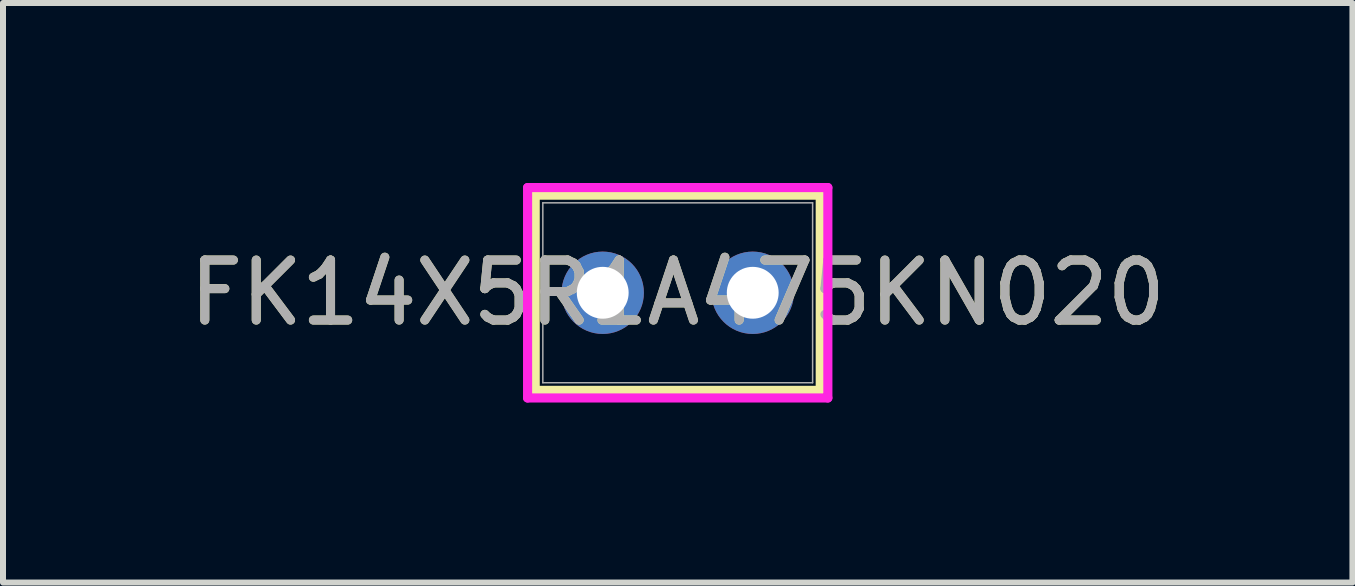
<source format=kicad_pcb>
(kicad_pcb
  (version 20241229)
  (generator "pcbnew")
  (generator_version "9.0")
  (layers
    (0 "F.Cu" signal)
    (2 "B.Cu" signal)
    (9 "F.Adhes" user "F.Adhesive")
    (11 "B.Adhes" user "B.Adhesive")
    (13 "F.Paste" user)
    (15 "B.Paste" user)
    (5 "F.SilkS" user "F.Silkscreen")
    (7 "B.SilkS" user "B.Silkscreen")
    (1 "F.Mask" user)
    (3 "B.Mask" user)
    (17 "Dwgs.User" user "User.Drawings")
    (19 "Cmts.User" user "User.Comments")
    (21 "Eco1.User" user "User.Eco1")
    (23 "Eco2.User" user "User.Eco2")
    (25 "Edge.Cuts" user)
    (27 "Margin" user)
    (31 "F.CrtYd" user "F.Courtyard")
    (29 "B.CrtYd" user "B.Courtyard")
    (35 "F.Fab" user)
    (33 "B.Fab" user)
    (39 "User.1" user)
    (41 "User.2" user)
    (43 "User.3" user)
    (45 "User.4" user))
  (footprint "FK14X5R1A475KN020"
    (layer "F.Cu")
    (at 6.994 1.829)
    (property "Reference" "FK14X5R1A475KN020" (at 1.25 0 0) (unlocked yes) (layer "F.SilkS") (effects (font (size 1 1) (thickness 0.15))))
    (attr through_hole)
    (fp_line (start -1.125 -1.626) (end -1.125 1.626) (stroke (width 0.152) (type solid)) (layer "F.SilkS"))
    (fp_line (start 3.625 -1.626) (end -1.125 -1.626) (stroke (width 0.152) (type solid)) (layer "F.SilkS"))
    (fp_line (start 3.625 -1.626) (end 3.625 1.626) (stroke (width 0.152) (type solid)) (layer "F.SilkS"))
    (fp_line (start 3.625 1.626) (end -1.125 1.626) (stroke (width 0.152) (type solid)) (layer "F.SilkS"))
    (fp_line (start -1.252 -1.753) (end 3.752 -1.753) (stroke (width 0.152) (type solid)) (layer "F.CrtYd"))
    (fp_line (start -1.252 1.753) (end -1.252 -1.753) (stroke (width 0.152) (type solid)) (layer "F.CrtYd"))
    (fp_line (start 3.752 -1.753) (end 3.752 1.753) (stroke (width 0.152) (type solid)) (layer "F.CrtYd"))
    (fp_line (start 3.752 1.753) (end -1.252 1.753) (stroke (width 0.152) (type solid)) (layer "F.CrtYd"))
    (fp_line (start -0.998 -1.499) (end -0.998 1.499) (stroke (width 0.025) (type solid)) (layer "F.Fab"))
    (fp_line (start 3.498 -1.499) (end -0.998 -1.499) (stroke (width 0.025) (type solid)) (layer "F.Fab"))
    (fp_line (start 3.498 -1.499) (end 3.498 1.499) (stroke (width 0.025) (type solid)) (layer "F.Fab"))
    (fp_line (start 3.498 1.499) (end -0.998 1.499) (stroke (width 0.025) (type solid)) (layer "F.Fab"))
    (fp_circle (center -0.49 0) (end -0.49 0) (stroke (width 0.025) (type solid)) (fill no) (layer "F.Fab"))
    (fp_text user "${REFERENCE}" (at 1.25 0 0) (unlocked yes) (layer "F.Fab") (effects (font (size 1 1) (thickness 0.15))))
    (pad "1" thru_hole circle (at 0 0) (size 1.372 1.372) (drill 0.864) (layers "*.Cu" "*.Mask"))
    (pad "2" thru_hole circle (at 2.5 0) (size 1.372 1.372) (drill 0.864) (layers "*.Cu" "*.Mask")))
  (gr_rect
    (start -3 -3)
    (end 19.488 6.658)
    (stroke (width 0.1) (type default))
    (fill no)
    (layer "Edge.Cuts")))
</source>
